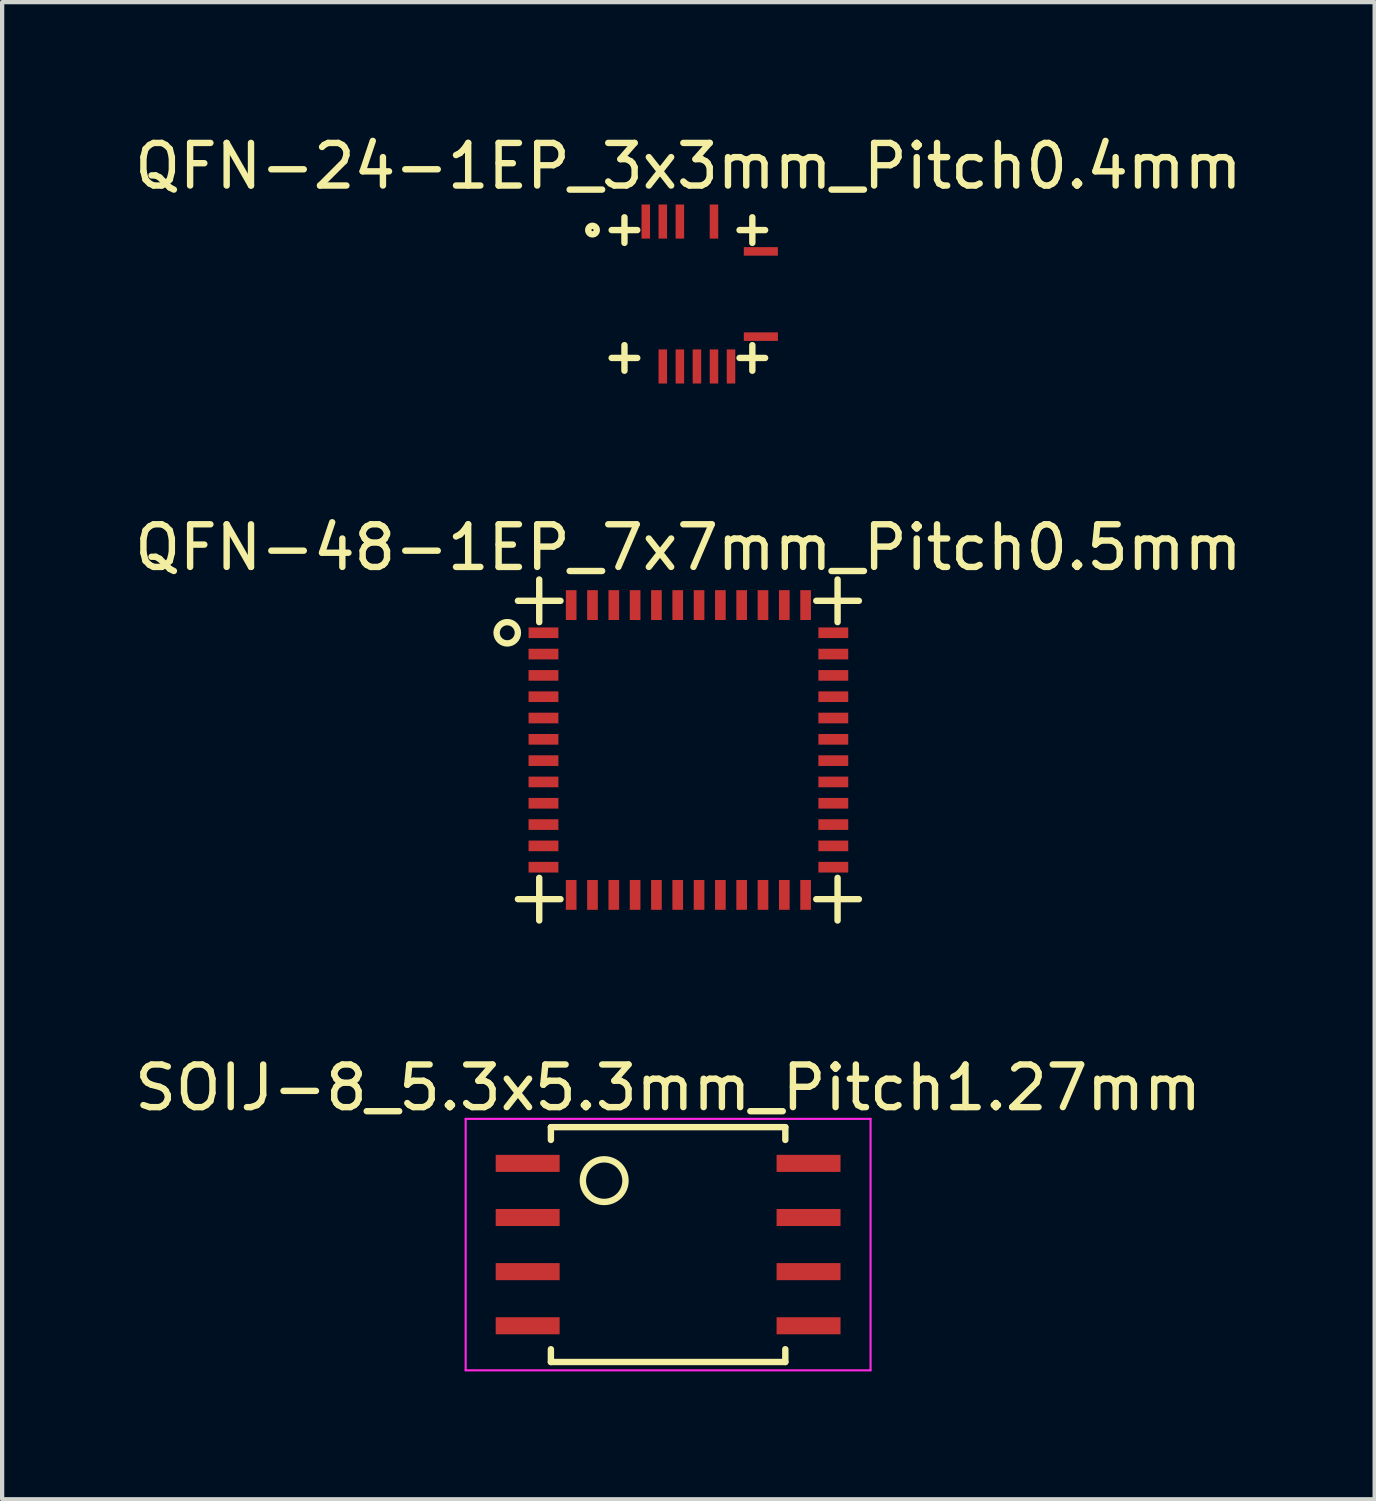
<source format=kicad_pcb>
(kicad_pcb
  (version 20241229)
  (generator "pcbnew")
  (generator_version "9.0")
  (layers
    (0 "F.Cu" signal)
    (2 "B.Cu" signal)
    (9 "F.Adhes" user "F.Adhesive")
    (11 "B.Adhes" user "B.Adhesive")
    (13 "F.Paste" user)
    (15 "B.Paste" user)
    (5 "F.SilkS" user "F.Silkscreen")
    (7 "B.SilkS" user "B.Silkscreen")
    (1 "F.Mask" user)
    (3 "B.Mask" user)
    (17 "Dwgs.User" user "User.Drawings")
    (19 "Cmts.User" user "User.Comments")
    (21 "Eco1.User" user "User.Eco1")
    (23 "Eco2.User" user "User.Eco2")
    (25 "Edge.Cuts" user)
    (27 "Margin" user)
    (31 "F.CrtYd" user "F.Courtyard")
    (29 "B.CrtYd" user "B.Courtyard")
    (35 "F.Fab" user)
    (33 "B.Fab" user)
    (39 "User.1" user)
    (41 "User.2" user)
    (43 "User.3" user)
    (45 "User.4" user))
  (footprint "QFN-48-1EP_7x7mm_Pitch0.5mm"
    (layer "F.Cu")
    (at 13.101 14.546)
    (property "Reference" "QFN-48-1EP_7x7mm_Pitch0.5mm" (at 0 -4.75 0) (layer "F.SilkS") (effects (font (size 1 1) (thickness 0.15))))
    (attr smd)
    (fp_line (start -3.5 -3) (end -3.5 -4) (stroke (width 0.15) (type solid)) (layer "F.SilkS"))
    (fp_line (start -3.5 3) (end -3.5 4) (stroke (width 0.15) (type solid)) (layer "F.SilkS"))
    (fp_line (start -3 -3.5) (end -4 -3.5) (stroke (width 0.15) (type solid)) (layer "F.SilkS"))
    (fp_line (start -3 3.5) (end -4 3.5) (stroke (width 0.15) (type solid)) (layer "F.SilkS"))
    (fp_line (start 3 -3.5) (end 4 -3.5) (stroke (width 0.15) (type solid)) (layer "F.SilkS"))
    (fp_line (start 3 3.5) (end 4 3.5) (stroke (width 0.15) (type solid)) (layer "F.SilkS"))
    (fp_line (start 3.5 -3) (end 3.5 -4) (stroke (width 0.15) (type solid)) (layer "F.SilkS"))
    (fp_line (start 3.5 4) (end 3.5 3) (stroke (width 0.15) (type solid)) (layer "F.SilkS"))
    (fp_circle (center -4.25 -2.75) (end -4 -2.75) (stroke (width 0.15) (type solid)) (fill no) (layer "F.SilkS"))
    (pad "1" smd rect (at -3.4 -2.75) (size 0.7 0.25) (layers "F.Cu" "F.Mask" "F.Paste"))
    (pad "2" smd rect (at -3.4 -2.25) (size 0.7 0.25) (layers "F.Cu" "F.Mask" "F.Paste"))
    (pad "3" smd rect (at -3.4 -1.75) (size 0.7 0.25) (layers "F.Cu" "F.Mask" "F.Paste"))
    (pad "4" smd rect (at -3.4 -1.25) (size 0.7 0.25) (layers "F.Cu" "F.Mask" "F.Paste"))
    (pad "5" smd rect (at -3.4 -0.75) (size 0.7 0.25) (layers "F.Cu" "F.Mask" "F.Paste"))
    (pad "6" smd rect (at -3.4 -0.25) (size 0.7 0.25) (layers "F.Cu" "F.Mask" "F.Paste"))
    (pad "7" smd rect (at -3.4 0.25) (size 0.7 0.25) (layers "F.Cu" "F.Mask" "F.Paste"))
    (pad "8" smd rect (at -3.4 0.75) (size 0.7 0.25) (layers "F.Cu" "F.Mask" "F.Paste"))
    (pad "9" smd rect (at -3.4 1.25) (size 0.7 0.25) (layers "F.Cu" "F.Mask" "F.Paste"))
    (pad "10" smd rect (at -3.4 1.75) (size 0.7 0.25) (layers "F.Cu" "F.Mask" "F.Paste"))
    (pad "11" smd rect (at -3.4 2.25) (size 0.7 0.25) (layers "F.Cu" "F.Mask" "F.Paste"))
    (pad "12" smd rect (at -3.4 2.75) (size 0.7 0.25) (layers "F.Cu" "F.Mask" "F.Paste"))
    (pad "13" smd rect (at -2.75 3.4 90) (size 0.7 0.25) (layers "F.Cu" "F.Mask" "F.Paste"))
    (pad "14" smd rect (at -2.25 3.4 90) (size 0.7 0.25) (layers "F.Cu" "F.Mask" "F.Paste"))
    (pad "15" smd rect (at -1.75 3.4 90) (size 0.7 0.25) (layers "F.Cu" "F.Mask" "F.Paste"))
    (pad "16" smd rect (at -1.25 3.4 90) (size 0.7 0.25) (layers "F.Cu" "F.Mask" "F.Paste"))
    (pad "17" smd rect (at -0.75 3.4 90) (size 0.7 0.25) (layers "F.Cu" "F.Mask" "F.Paste"))
    (pad "18" smd rect (at -0.25 3.4 90) (size 0.7 0.25) (layers "F.Cu" "F.Mask" "F.Paste"))
    (pad "19" smd rect (at 0.25 3.4 90) (size 0.7 0.25) (layers "F.Cu" "F.Mask" "F.Paste"))
    (pad "20" smd rect (at 0.75 3.4 90) (size 0.7 0.25) (layers "F.Cu" "F.Mask" "F.Paste"))
    (pad "21" smd rect (at 1.25 3.4 90) (size 0.7 0.25) (layers "F.Cu" "F.Mask" "F.Paste"))
    (pad "22" smd rect (at 1.75 3.4 90) (size 0.7 0.25) (layers "F.Cu" "F.Mask" "F.Paste"))
    (pad "23" smd rect (at 2.25 3.4 90) (size 0.7 0.25) (layers "F.Cu" "F.Mask" "F.Paste"))
    (pad "24" smd rect (at 2.75 3.4 90) (size 0.7 0.25) (layers "F.Cu" "F.Mask" "F.Paste"))
    (pad "25" smd rect (at 3.4 2.75) (size 0.7 0.25) (layers "F.Cu" "F.Mask" "F.Paste"))
    (pad "26" smd rect (at 3.4 2.25) (size 0.7 0.25) (layers "F.Cu" "F.Mask" "F.Paste"))
    (pad "27" smd rect (at 3.4 1.75) (size 0.7 0.25) (layers "F.Cu" "F.Mask" "F.Paste"))
    (pad "28" smd rect (at 3.4 1.25) (size 0.7 0.25) (layers "F.Cu" "F.Mask" "F.Paste"))
    (pad "29" smd rect (at 3.4 0.75) (size 0.7 0.25) (layers "F.Cu" "F.Mask" "F.Paste"))
    (pad "30" smd rect (at 3.4 0.25) (size 0.7 0.25) (layers "F.Cu" "F.Mask" "F.Paste"))
    (pad "31" smd rect (at 3.4 -0.25) (size 0.7 0.25) (layers "F.Cu" "F.Mask" "F.Paste"))
    (pad "32" smd rect (at 3.4 -0.75) (size 0.7 0.25) (layers "F.Cu" "F.Mask" "F.Paste"))
    (pad "33" smd rect (at 3.4 -1.25) (size 0.7 0.25) (layers "F.Cu" "F.Mask" "F.Paste"))
    (pad "34" smd rect (at 3.4 -1.75) (size 0.7 0.25) (layers "F.Cu" "F.Mask" "F.Paste"))
    (pad "35" smd rect (at 3.4 -2.25) (size 0.7 0.25) (layers "F.Cu" "F.Mask" "F.Paste"))
    (pad "36" smd rect (at 3.4 -2.75) (size 0.7 0.25) (layers "F.Cu" "F.Mask" "F.Paste"))
    (pad "37" smd rect (at 2.75 -3.4 90) (size 0.7 0.25) (layers "F.Cu" "F.Mask" "F.Paste"))
    (pad "38" smd rect (at 2.25 -3.4 90) (size 0.7 0.25) (layers "F.Cu" "F.Mask" "F.Paste"))
    (pad "39" smd rect (at 1.75 -3.4 90) (size 0.7 0.25) (layers "F.Cu" "F.Mask" "F.Paste"))
    (pad "40" smd rect (at 1.25 -3.4 90) (size 0.7 0.25) (layers "F.Cu" "F.Mask" "F.Paste"))
    (pad "41" smd rect (at 0.75 -3.4 90) (size 0.7 0.25) (layers "F.Cu" "F.Mask" "F.Paste"))
    (pad "42" smd rect (at 0.25 -3.4 90) (size 0.7 0.25) (layers "F.Cu" "F.Mask" "F.Paste"))
    (pad "43" smd rect (at -0.25 -3.4 90) (size 0.7 0.25) (layers "F.Cu" "F.Mask" "F.Paste"))
    (pad "44" smd rect (at -0.75 -3.4 90) (size 0.7 0.25) (layers "F.Cu" "F.Mask" "F.Paste"))
    (pad "45" smd rect (at -1.25 -3.4 90) (size 0.7 0.25) (layers "F.Cu" "F.Mask" "F.Paste"))
    (pad "46" smd rect (at -1.75 -3.4 90) (size 0.7 0.25) (layers "F.Cu" "F.Mask" "F.Paste"))
    (pad "47" smd rect (at -2.25 -3.4 90) (size 0.7 0.25) (layers "F.Cu" "F.Mask" "F.Paste"))
    (pad "48" smd rect (at -2.75 -3.4 90) (size 0.7 0.25) (layers "F.Cu" "F.Mask" "F.Paste")))
  (footprint "QFN-24-1EP_3x3mm_Pitch0.4mm"
    (layer "F.Cu")
    (at 13.101 3.848)
    (property "Reference" "QFN-24-1EP_3x3mm_Pitch0.4mm" (at 0 -3 0) (layer "F.SilkS") (effects (font (size 1 1) (thickness 0.15))))
    (attr smd)
    (fp_line (start -1.5 -1.5) (end -1.8 -1.5) (stroke (width 0.15) (type solid)) (layer "F.SilkS"))
    (fp_line (start -1.5 -1.5) (end -1.5 -1.8) (stroke (width 0.15) (type solid)) (layer "F.SilkS"))
    (fp_line (start -1.5 -1.5) (end -1.5 -1.2) (stroke (width 0.15) (type solid)) (layer "F.SilkS"))
    (fp_line (start -1.5 1.2) (end -1.5 1.8) (stroke (width 0.15) (type solid)) (layer "F.SilkS"))
    (fp_line (start -1.2 -1.5) (end -1.5 -1.5) (stroke (width 0.15) (type solid)) (layer "F.SilkS"))
    (fp_line (start -1.2 1.5) (end -1.8 1.5) (stroke (width 0.15) (type solid)) (layer "F.SilkS"))
    (fp_line (start 1.2 -1.5) (end 1.8 -1.5) (stroke (width 0.15) (type solid)) (layer "F.SilkS"))
    (fp_line (start 1.2 1.5) (end 1.8 1.5) (stroke (width 0.15) (type solid)) (layer "F.SilkS"))
    (fp_line (start 1.5 -1.2) (end 1.5 -1.8) (stroke (width 0.15) (type solid)) (layer "F.SilkS"))
    (fp_line (start 1.5 1.2) (end 1.5 1.8) (stroke (width 0.15) (type solid)) (layer "F.SilkS"))
    (fp_circle (center -2.25 -1.5) (end -2.15 -1.5) (stroke (width 0.15) (type solid)) (fill no) (layer "F.SilkS"))
    (pad "8" smd rect (at -0.6 1.7) (size 0.2 0.8) (layers "F.Cu" "F.Mask" "F.Paste"))
    (pad "9" smd rect (at -0.2 1.7) (size 0.2 0.8) (layers "F.Cu" "F.Mask" "F.Paste"))
    (pad "10" smd rect (at 0.2 1.7) (size 0.2 0.8) (layers "F.Cu" "F.Mask" "F.Paste"))
    (pad "11" smd rect (at 0.6 1.7) (size 0.2 0.8) (layers "F.Cu" "F.Mask" "F.Paste"))
    (pad "12" smd rect (at 1 1.7) (size 0.2 0.8) (layers "F.Cu" "F.Mask" "F.Paste"))
    (pad "13" smd rect (at 1.7 1) (size 0.8 0.2) (layers "F.Cu" "F.Mask" "F.Paste"))
    (pad "18" smd rect (at 1.7 -1) (size 0.8 0.2) (layers "F.Cu" "F.Mask" "F.Paste"))
    (pad "20" smd rect (at 0.6 -1.7) (size 0.2 0.8) (layers "F.Cu" "F.Mask" "F.Paste"))
    (pad "22" smd rect (at -0.2 -1.7) (size 0.2 0.8) (layers "F.Cu" "F.Mask" "F.Paste"))
    (pad "23" smd rect (at -0.6 -1.7) (size 0.2 0.8) (layers "F.Cu" "F.Mask" "F.Paste"))
    (pad "24" smd rect (at -1 -1.7) (size 0.2 0.8) (layers "F.Cu" "F.Mask" "F.Paste")))
  (footprint "SOIJ-8_5.3x5.3mm_Pitch1.27mm"
    (layer "F.Cu")
    (at 12.625 26.15)
    (property "Reference" "SOIJ-8_5.3x5.3mm_Pitch1.27mm" (at 0 -3.68 0) (layer "F.SilkS") (effects (font (size 1 1) (thickness 0.15))))
    (attr smd)
    (fp_line (start -2.75 -2.755) (end -2.75 -2.455) (stroke (width 0.15) (type solid)) (layer "F.SilkS"))
    (fp_line (start -2.75 -2.755) (end 2.75 -2.755) (stroke (width 0.15) (type solid)) (layer "F.SilkS"))
    (fp_line (start -2.75 2.755) (end -2.75 2.455) (stroke (width 0.15) (type solid)) (layer "F.SilkS"))
    (fp_line (start -2.75 2.755) (end 2.75 2.755) (stroke (width 0.15) (type solid)) (layer "F.SilkS"))
    (fp_line (start 2.75 -2.755) (end 2.75 -2.455) (stroke (width 0.15) (type solid)) (layer "F.SilkS"))
    (fp_line (start 2.75 2.755) (end 2.75 2.455) (stroke (width 0.15) (type solid)) (layer "F.SilkS"))
    (fp_circle (center -1.5 -1.5) (end -2 -1.5) (stroke (width 0.15) (type solid)) (fill no) (layer "F.SilkS"))
    (fp_line (start -4.75 -2.95) (end -4.75 2.95) (stroke (width 0.05) (type solid)) (layer "F.CrtYd"))
    (fp_line (start -4.75 -2.95) (end 4.75 -2.95) (stroke (width 0.05) (type solid)) (layer "F.CrtYd"))
    (fp_line (start -4.75 2.95) (end 4.75 2.95) (stroke (width 0.05) (type solid)) (layer "F.CrtYd"))
    (fp_line (start 4.75 -2.95) (end 4.75 2.95) (stroke (width 0.05) (type solid)) (layer "F.CrtYd"))
    (pad "1" smd rect (at -3.295 -1.905) (size 1.5 0.4) (layers "F.Cu" "F.Mask" "F.Paste"))
    (pad "2" smd rect (at -3.295 -0.635) (size 1.5 0.4) (layers "F.Cu" "F.Mask" "F.Paste"))
    (pad "3" smd rect (at -3.295 0.635) (size 1.5 0.4) (layers "F.Cu" "F.Mask" "F.Paste"))
    (pad "4" smd rect (at -3.295 1.905) (size 1.5 0.4) (layers "F.Cu" "F.Mask" "F.Paste"))
    (pad "5" smd rect (at 3.295 1.905) (size 1.5 0.4) (layers "F.Cu" "F.Mask" "F.Paste"))
    (pad "6" smd rect (at 3.295 0.635) (size 1.5 0.4) (layers "F.Cu" "F.Mask" "F.Paste"))
    (pad "7" smd rect (at 3.295 -0.635) (size 1.5 0.4) (layers "F.Cu" "F.Mask" "F.Paste"))
    (pad "8" smd rect (at 3.295 -1.905) (size 1.5 0.4) (layers "F.Cu" "F.Mask" "F.Paste")))
  (gr_rect
    (start -3 -3)
    (end 29.202 32.125)
    (stroke (width 0.1) (type default))
    (fill no)
    (layer "Edge.Cuts")))
</source>
